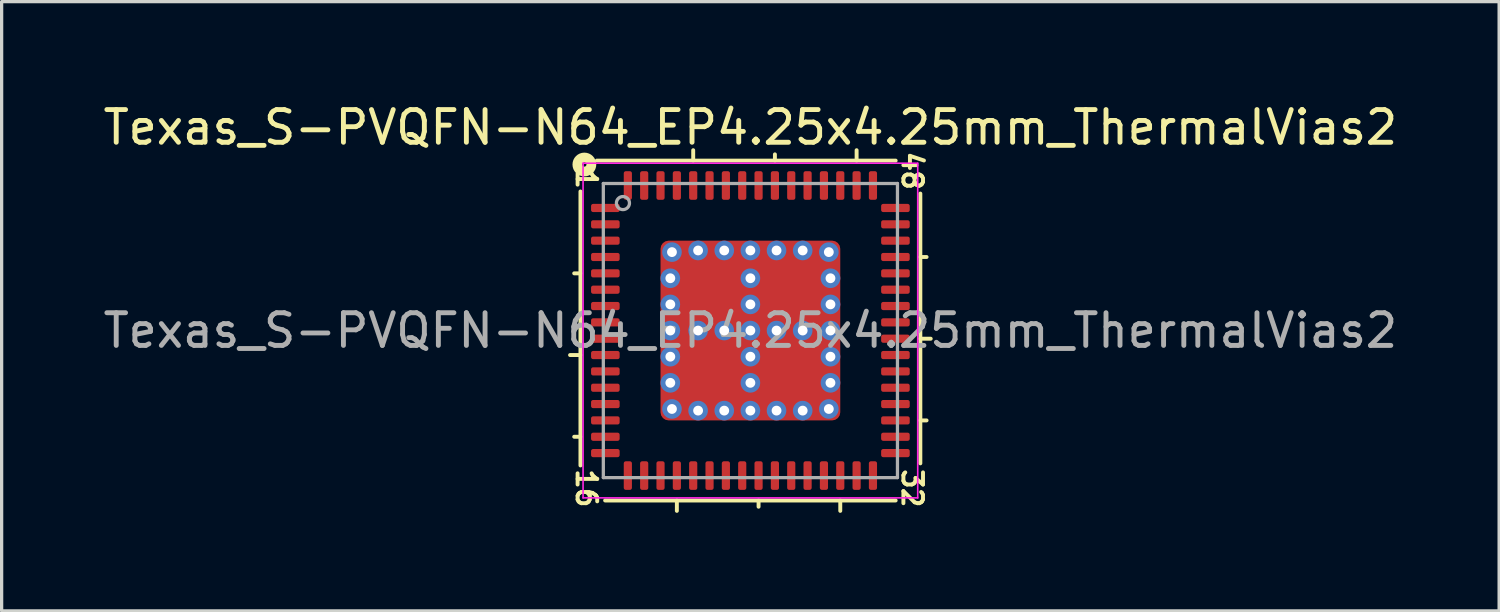
<source format=kicad_pcb>
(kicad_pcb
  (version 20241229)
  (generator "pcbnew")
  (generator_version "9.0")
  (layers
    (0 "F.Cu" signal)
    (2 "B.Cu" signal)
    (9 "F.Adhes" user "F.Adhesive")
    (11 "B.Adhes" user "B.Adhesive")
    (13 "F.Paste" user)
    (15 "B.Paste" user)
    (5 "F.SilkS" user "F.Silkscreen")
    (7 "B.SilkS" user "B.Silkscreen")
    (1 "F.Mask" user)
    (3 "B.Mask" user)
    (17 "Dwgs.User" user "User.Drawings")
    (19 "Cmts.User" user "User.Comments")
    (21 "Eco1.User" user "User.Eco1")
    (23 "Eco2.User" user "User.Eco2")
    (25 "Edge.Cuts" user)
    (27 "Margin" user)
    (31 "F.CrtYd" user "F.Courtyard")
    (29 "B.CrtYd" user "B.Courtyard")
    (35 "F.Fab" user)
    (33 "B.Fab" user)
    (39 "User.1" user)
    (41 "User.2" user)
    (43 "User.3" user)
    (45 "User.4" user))
  (footprint "Texas_S-PVQFN-N64_EP4.25x4.25mm_ThermalVias2"
    (layer "F.Cu")
    (at 19.911 7.064)
    (property "Reference" "Texas_S-PVQFN-N64_EP4.25x4.25mm_ThermalVias2" (at 0 -6.216 0) (layer "F.SilkS") (effects (font (size 1 1) (thickness 0.15))))
    (attr smd)
    (fp_line (start -5.2 -4.255) (end -5.2 4.128) (stroke (width 0.12) (type solid)) (layer "F.SilkS"))
    (fp_line (start -5.2 -1.75) (end -5.391 -1.75) (stroke (width 0.12) (type solid)) (layer "F.SilkS"))
    (fp_line (start -5.2 0.75) (end -5.518 0.75) (stroke (width 0.12) (type solid)) (layer "F.SilkS"))
    (fp_line (start -5.2 3.25) (end -5.391 3.25) (stroke (width 0.12) (type solid)) (layer "F.SilkS"))
    (fp_line (start -4.445 5.2) (end 4.445 5.2) (stroke (width 0.12) (type solid)) (layer "F.SilkS"))
    (fp_line (start -2.25 5.518) (end -2.25 5.2) (stroke (width 0.12) (type solid)) (layer "F.SilkS"))
    (fp_line (start -1.75 -5.2) (end -1.75 -5.518) (stroke (width 0.12) (type solid)) (layer "F.SilkS"))
    (fp_line (start 0.25 5.391) (end 0.25 5.2) (stroke (width 0.12) (type solid)) (layer "F.SilkS"))
    (fp_line (start 0.75 -5.2) (end 0.75 -5.391) (stroke (width 0.12) (type solid)) (layer "F.SilkS"))
    (fp_line (start 2.75 5.518) (end 2.75 5.2) (stroke (width 0.12) (type solid)) (layer "F.SilkS"))
    (fp_line (start 3.25 -5.2) (end 3.25 -5.518) (stroke (width 0.12) (type solid)) (layer "F.SilkS"))
    (fp_line (start 4.445 -5.2) (end -4.699 -5.2) (stroke (width 0.12) (type solid)) (layer "F.SilkS"))
    (fp_line (start 5.2 -2.25) (end 5.391 -2.25) (stroke (width 0.12) (type solid)) (layer "F.SilkS"))
    (fp_line (start 5.2 0.25) (end 5.518 0.25) (stroke (width 0.12) (type solid)) (layer "F.SilkS"))
    (fp_line (start 5.2 2.75) (end 5.391 2.75) (stroke (width 0.12) (type solid)) (layer "F.SilkS"))
    (fp_line (start 5.2 4.064) (end 5.2 -4.191) (stroke (width 0.12) (type solid)) (layer "F.SilkS"))
    (fp_circle (center -5.08 -5.08) (end -5.016 -5.08) (stroke (width 0.3) (type solid)) (fill no) (layer "F.SilkS"))
    (fp_line (start -5.12 -5.12) (end -5.12 5.12) (stroke (width 0.05) (type solid)) (layer "F.CrtYd"))
    (fp_line (start -5.12 5.12) (end 5.12 5.12) (stroke (width 0.05) (type solid)) (layer "F.CrtYd"))
    (fp_line (start 5.12 -5.12) (end -5.12 -5.12) (stroke (width 0.05) (type solid)) (layer "F.CrtYd"))
    (fp_line (start 5.12 5.12) (end 5.12 -5.12) (stroke (width 0.05) (type solid)) (layer "F.CrtYd"))
    (fp_line (start -4.5 -4.5) (end 4.5 -4.5) (stroke (width 0.1) (type solid)) (layer "F.Fab"))
    (fp_line (start -4.5 4.5) (end -4.5 -4.5) (stroke (width 0.1) (type solid)) (layer "F.Fab"))
    (fp_line (start 4.5 -4.5) (end 4.5 4.5) (stroke (width 0.1) (type solid)) (layer "F.Fab"))
    (fp_line (start 4.5 4.5) (end -4.5 4.5) (stroke (width 0.1) (type solid)) (layer "F.Fab"))
    (fp_circle (center -3.9 -3.9) (end -3.7 -3.9) (stroke (width 0.1) (type solid)) (fill no) (layer "F.Fab"))
    (fp_text user "48" (at 4.953 -4.889 270) (unlocked yes) (layer "F.SilkS") (effects (font (size 0.6 0.6) (thickness 0.12))))
    (fp_text user "16" (at -5.016 4.826 270) (unlocked yes) (layer "F.SilkS") (effects (font (size 0.6 0.6) (thickness 0.12))))
    (fp_text user "1" (at -5.016 -4.636 270) (unlocked yes) (layer "F.SilkS") (effects (font (size 0.6 0.6) (thickness 0.12))))
    (fp_text user "32" (at 4.953 4.826 270) (unlocked yes) (layer "F.SilkS") (effects (font (size 0.6 0.6) (thickness 0.12))))
    (fp_text user "${REFERENCE}" (at 0 0 0) (layer "F.Fab") (effects (font (size 1 1) (thickness 0.15))))
    (pad "" smd roundrect (at -1.663 -1.663) (size 0.675 0.675) (layers "F.Paste") (roundrect_rratio 0.25))
    (pad "" smd roundrect (at -1.663 -0.787) (size 0.675 0.675) (layers "F.Paste") (roundrect_rratio 0.25))
    (pad "" smd roundrect (at -1.663 0.787) (size 0.675 0.675) (layers "F.Paste") (roundrect_rratio 0.25))
    (pad "" smd roundrect (at -1.663 1.663) (size 0.675 0.675) (layers "F.Paste") (roundrect_rratio 0.25))
    (pad "" smd roundrect (at -1.212 -1.212) (size 1.825 1.825) (layers "F.Mask") (roundrect_rratio 0.137))
    (pad "" smd roundrect (at -1.212 1.212) (size 1.825 1.825) (layers "F.Mask") (roundrect_rratio 0.137))
    (pad "" smd roundrect (at -0.787 -1.663) (size 0.675 0.675) (layers "F.Paste") (roundrect_rratio 0.25))
    (pad "" smd roundrect (at -0.787 -0.787) (size 0.675 0.675) (layers "F.Paste") (roundrect_rratio 0.25))
    (pad "" smd roundrect (at -0.787 0.787) (size 0.675 0.675) (layers "F.Paste") (roundrect_rratio 0.25))
    (pad "" smd roundrect (at -0.787 1.663) (size 0.675 0.675) (layers "F.Paste") (roundrect_rratio 0.25))
    (pad "" smd roundrect (at 0.787 -1.663) (size 0.675 0.675) (layers "F.Paste") (roundrect_rratio 0.25))
    (pad "" smd roundrect (at 0.787 -0.787) (size 0.675 0.675) (layers "F.Paste") (roundrect_rratio 0.25))
    (pad "" smd roundrect (at 0.787 0.787) (size 0.675 0.675) (layers "F.Paste") (roundrect_rratio 0.25))
    (pad "" smd roundrect (at 0.787 1.663) (size 0.675 0.675) (layers "F.Paste") (roundrect_rratio 0.25))
    (pad "" smd roundrect (at 1.212 -1.212) (size 1.825 1.825) (layers "F.Mask") (roundrect_rratio 0.137))
    (pad "" smd roundrect (at 1.212 1.212) (size 1.825 1.825) (layers "F.Mask") (roundrect_rratio 0.137))
    (pad "" smd roundrect (at 1.663 -1.663) (size 0.675 0.675) (layers "F.Paste") (roundrect_rratio 0.25))
    (pad "" smd roundrect (at 1.663 -0.787) (size 0.675 0.675) (layers "F.Paste") (roundrect_rratio 0.25))
    (pad "" smd roundrect (at 1.663 0.787) (size 0.675 0.675) (layers "F.Paste") (roundrect_rratio 0.25))
    (pad "" smd roundrect (at 1.663 1.663) (size 0.675 0.675) (layers "F.Paste") (roundrect_rratio 0.25))
    (pad "1" smd roundrect (at -4.438 -3.75) (size 0.875 0.25) (layers "F.Cu" "F.Mask" "F.Paste") (roundrect_rratio 0.25))
    (pad "2" smd roundrect (at -4.438 -3.25) (size 0.875 0.25) (layers "F.Cu" "F.Mask" "F.Paste") (roundrect_rratio 0.25))
    (pad "3" smd roundrect (at -4.438 -2.75) (size 0.875 0.25) (layers "F.Cu" "F.Mask" "F.Paste") (roundrect_rratio 0.25))
    (pad "4" smd roundrect (at -4.438 -2.25) (size 0.875 0.25) (layers "F.Cu" "F.Mask" "F.Paste") (roundrect_rratio 0.25))
    (pad "5" smd roundrect (at -4.438 -1.75) (size 0.875 0.25) (layers "F.Cu" "F.Mask" "F.Paste") (roundrect_rratio 0.25))
    (pad "6" smd roundrect (at -4.438 -1.25) (size 0.875 0.25) (layers "F.Cu" "F.Mask" "F.Paste") (roundrect_rratio 0.25))
    (pad "7" smd roundrect (at -4.438 -0.75) (size 0.875 0.25) (layers "F.Cu" "F.Mask" "F.Paste") (roundrect_rratio 0.25))
    (pad "8" smd roundrect (at -4.438 -0.25) (size 0.875 0.25) (layers "F.Cu" "F.Mask" "F.Paste") (roundrect_rratio 0.25))
    (pad "9" smd roundrect (at -4.438 0.25) (size 0.875 0.25) (layers "F.Cu" "F.Mask" "F.Paste") (roundrect_rratio 0.25))
    (pad "10" smd roundrect (at -4.438 0.75) (size 0.875 0.25) (layers "F.Cu" "F.Mask" "F.Paste") (roundrect_rratio 0.25))
    (pad "11" smd roundrect (at -4.438 1.25) (size 0.875 0.25) (layers "F.Cu" "F.Mask" "F.Paste") (roundrect_rratio 0.25))
    (pad "12" smd roundrect (at -4.438 1.75) (size 0.875 0.25) (layers "F.Cu" "F.Mask" "F.Paste") (roundrect_rratio 0.25))
    (pad "13" smd roundrect (at -4.438 2.25) (size 0.875 0.25) (layers "F.Cu" "F.Mask" "F.Paste") (roundrect_rratio 0.25))
    (pad "14" smd roundrect (at -4.438 2.75) (size 0.875 0.25) (layers "F.Cu" "F.Mask" "F.Paste") (roundrect_rratio 0.25))
    (pad "15" smd roundrect (at -4.438 3.25) (size 0.875 0.25) (layers "F.Cu" "F.Mask" "F.Paste") (roundrect_rratio 0.25))
    (pad "16" smd roundrect (at -4.438 3.75) (size 0.875 0.25) (layers "F.Cu" "F.Mask" "F.Paste") (roundrect_rratio 0.25))
    (pad "17" smd roundrect (at -3.75 4.438) (size 0.25 0.875) (layers "F.Cu" "F.Mask" "F.Paste") (roundrect_rratio 0.25))
    (pad "18" smd roundrect (at -3.25 4.438) (size 0.25 0.875) (layers "F.Cu" "F.Mask" "F.Paste") (roundrect_rratio 0.25))
    (pad "19" smd roundrect (at -2.75 4.438) (size 0.25 0.875) (layers "F.Cu" "F.Mask" "F.Paste") (roundrect_rratio 0.25))
    (pad "20" smd roundrect (at -2.25 4.438) (size 0.25 0.875) (layers "F.Cu" "F.Mask" "F.Paste") (roundrect_rratio 0.25))
    (pad "21" smd roundrect (at -1.75 4.438) (size 0.25 0.875) (layers "F.Cu" "F.Mask" "F.Paste") (roundrect_rratio 0.25))
    (pad "22" smd roundrect (at -1.25 4.438) (size 0.25 0.875) (layers "F.Cu" "F.Mask" "F.Paste") (roundrect_rratio 0.25))
    (pad "23" smd roundrect (at -0.75 4.438) (size 0.25 0.875) (layers "F.Cu" "F.Mask" "F.Paste") (roundrect_rratio 0.25))
    (pad "24" smd roundrect (at -0.25 4.438) (size 0.25 0.875) (layers "F.Cu" "F.Mask" "F.Paste") (roundrect_rratio 0.25))
    (pad "25" smd roundrect (at 0.25 4.438) (size 0.25 0.875) (layers "F.Cu" "F.Mask" "F.Paste") (roundrect_rratio 0.25))
    (pad "26" smd roundrect (at 0.75 4.438) (size 0.25 0.875) (layers "F.Cu" "F.Mask" "F.Paste") (roundrect_rratio 0.25))
    (pad "27" smd roundrect (at 1.25 4.438) (size 0.25 0.875) (layers "F.Cu" "F.Mask" "F.Paste") (roundrect_rratio 0.25))
    (pad "28" smd roundrect (at 1.75 4.438) (size 0.25 0.875) (layers "F.Cu" "F.Mask" "F.Paste") (roundrect_rratio 0.25))
    (pad "29" smd roundrect (at 2.25 4.438) (size 0.25 0.875) (layers "F.Cu" "F.Mask" "F.Paste") (roundrect_rratio 0.25))
    (pad "30" smd roundrect (at 2.75 4.438) (size 0.25 0.875) (layers "F.Cu" "F.Mask" "F.Paste") (roundrect_rratio 0.25))
    (pad "31" smd roundrect (at 3.25 4.438) (size 0.25 0.875) (layers "F.Cu" "F.Mask" "F.Paste") (roundrect_rratio 0.25))
    (pad "32" smd roundrect (at 3.75 4.438) (size 0.25 0.875) (layers "F.Cu" "F.Mask" "F.Paste") (roundrect_rratio 0.25))
    (pad "33" smd roundrect (at 4.438 3.75) (size 0.875 0.25) (layers "F.Cu" "F.Mask" "F.Paste") (roundrect_rratio 0.25))
    (pad "34" smd roundrect (at 4.438 3.25) (size 0.875 0.25) (layers "F.Cu" "F.Mask" "F.Paste") (roundrect_rratio 0.25))
    (pad "35" smd roundrect (at 4.438 2.75) (size 0.875 0.25) (layers "F.Cu" "F.Mask" "F.Paste") (roundrect_rratio 0.25))
    (pad "36" smd roundrect (at 4.438 2.25) (size 0.875 0.25) (layers "F.Cu" "F.Mask" "F.Paste") (roundrect_rratio 0.25))
    (pad "37" smd roundrect (at 4.438 1.75) (size 0.875 0.25) (layers "F.Cu" "F.Mask" "F.Paste") (roundrect_rratio 0.25))
    (pad "38" smd roundrect (at 4.438 1.25) (size 0.875 0.25) (layers "F.Cu" "F.Mask" "F.Paste") (roundrect_rratio 0.25))
    (pad "39" smd roundrect (at 4.438 0.75) (size 0.875 0.25) (layers "F.Cu" "F.Mask" "F.Paste") (roundrect_rratio 0.25))
    (pad "40" smd roundrect (at 4.438 0.25) (size 0.875 0.25) (layers "F.Cu" "F.Mask" "F.Paste") (roundrect_rratio 0.25))
    (pad "41" smd roundrect (at 4.438 -0.25) (size 0.875 0.25) (layers "F.Cu" "F.Mask" "F.Paste") (roundrect_rratio 0.25))
    (pad "42" smd roundrect (at 4.438 -0.75) (size 0.875 0.25) (layers "F.Cu" "F.Mask" "F.Paste") (roundrect_rratio 0.25))
    (pad "43" smd roundrect (at 4.438 -1.25) (size 0.875 0.25) (layers "F.Cu" "F.Mask" "F.Paste") (roundrect_rratio 0.25))
    (pad "44" smd roundrect (at 4.438 -1.75) (size 0.875 0.25) (layers "F.Cu" "F.Mask" "F.Paste") (roundrect_rratio 0.25))
    (pad "45" smd roundrect (at 4.438 -2.25) (size 0.875 0.25) (layers "F.Cu" "F.Mask" "F.Paste") (roundrect_rratio 0.25))
    (pad "46" smd roundrect (at 4.438 -2.75) (size 0.875 0.25) (layers "F.Cu" "F.Mask" "F.Paste") (roundrect_rratio 0.25))
    (pad "47" smd roundrect (at 4.438 -3.25) (size 0.875 0.25) (layers "F.Cu" "F.Mask" "F.Paste") (roundrect_rratio 0.25))
    (pad "48" smd roundrect (at 4.438 -3.75) (size 0.875 0.25) (layers "F.Cu" "F.Mask" "F.Paste") (roundrect_rratio 0.25))
    (pad "49" smd roundrect (at 3.75 -4.438) (size 0.25 0.875) (layers "F.Cu" "F.Mask" "F.Paste") (roundrect_rratio 0.25))
    (pad "50" smd roundrect (at 3.25 -4.438) (size 0.25 0.875) (layers "F.Cu" "F.Mask" "F.Paste") (roundrect_rratio 0.25))
    (pad "51" smd roundrect (at 2.75 -4.438) (size 0.25 0.875) (layers "F.Cu" "F.Mask" "F.Paste") (roundrect_rratio 0.25))
    (pad "52" smd roundrect (at 2.25 -4.438) (size 0.25 0.875) (layers "F.Cu" "F.Mask" "F.Paste") (roundrect_rratio 0.25))
    (pad "53" smd roundrect (at 1.75 -4.438) (size 0.25 0.875) (layers "F.Cu" "F.Mask" "F.Paste") (roundrect_rratio 0.25))
    (pad "54" smd roundrect (at 1.25 -4.438) (size 0.25 0.875) (layers "F.Cu" "F.Mask" "F.Paste") (roundrect_rratio 0.25))
    (pad "55" smd roundrect (at 0.75 -4.438) (size 0.25 0.875) (layers "F.Cu" "F.Mask" "F.Paste") (roundrect_rratio 0.25))
    (pad "56" smd roundrect (at 0.25 -4.438) (size 0.25 0.875) (layers "F.Cu" "F.Mask" "F.Paste") (roundrect_rratio 0.25))
    (pad "57" smd roundrect (at -0.25 -4.438) (size 0.25 0.875) (layers "F.Cu" "F.Mask" "F.Paste") (roundrect_rratio 0.25))
    (pad "58" smd roundrect (at -0.75 -4.438) (size 0.25 0.875) (layers "F.Cu" "F.Mask" "F.Paste") (roundrect_rratio 0.25))
    (pad "59" smd roundrect (at -1.25 -4.438) (size 0.25 0.875) (layers "F.Cu" "F.Mask" "F.Paste") (roundrect_rratio 0.25))
    (pad "60" smd roundrect (at -1.75 -4.438) (size 0.25 0.875) (layers "F.Cu" "F.Mask" "F.Paste") (roundrect_rratio 0.25))
    (pad "61" smd roundrect (at -2.25 -4.438) (size 0.25 0.875) (layers "F.Cu" "F.Mask" "F.Paste") (roundrect_rratio 0.25))
    (pad "62" smd roundrect (at -2.75 -4.438) (size 0.25 0.875) (layers "F.Cu" "F.Mask" "F.Paste") (roundrect_rratio 0.25))
    (pad "63" smd roundrect (at -3.25 -4.438) (size 0.25 0.875) (layers "F.Cu" "F.Mask" "F.Paste") (roundrect_rratio 0.25))
    (pad "64" smd roundrect (at -3.75 -4.438) (size 0.25 0.875) (layers "F.Cu" "F.Mask" "F.Paste") (roundrect_rratio 0.25))
    (pad "65" thru_hole circle (at -2.45 -1.6 180) (size 0.6 0.6) (drill 0.3) (property pad_prop_heatsink) (layers "*.Cu" "*.Mask"))
    (pad "65" thru_hole circle (at -2.45 -0.8 180) (size 0.6 0.6) (drill 0.3) (property pad_prop_heatsink) (layers "*.Cu" "*.Mask"))
    (pad "65" thru_hole circle (at -2.45 0 180) (size 0.6 0.6) (drill 0.3) (property pad_prop_heatsink) (layers "*.Cu" "*.Mask"))
    (pad "65" thru_hole circle (at -2.45 0.8 180) (size 0.6 0.6) (drill 0.3) (property pad_prop_heatsink) (layers "*.Cu" "*.Mask"))
    (pad "65" thru_hole circle (at -2.45 1.6 180) (size 0.6 0.6) (drill 0.3) (property pad_prop_heatsink) (layers "*.Cu" "*.Mask"))
    (pad "65" thru_hole circle (at -2.4 -2.4 180) (size 0.6 0.6) (drill 0.3) (property pad_prop_heatsink) (layers "*.Cu" "*.Mask"))
    (pad "65" thru_hole circle (at -2.4 2.4 180) (size 0.6 0.6) (drill 0.3) (property pad_prop_heatsink) (layers "*.Cu" "*.Mask"))
    (pad "65" thru_hole circle (at -1.6 -2.45 180) (size 0.6 0.6) (drill 0.3) (property pad_prop_heatsink) (layers "*.Cu" "*.Mask"))
    (pad "65" thru_hole circle (at -1.6 0 180) (size 0.6 0.6) (drill 0.3) (property pad_prop_heatsink) (layers "*.Cu" "*.Mask"))
    (pad "65" thru_hole circle (at -1.6 2.45 180) (size 0.6 0.6) (drill 0.3) (property pad_prop_heatsink) (layers "*.Cu" "*.Mask"))
    (pad "65" thru_hole circle (at -0.8 -2.45 180) (size 0.6 0.6) (drill 0.3) (property pad_prop_heatsink) (layers "*.Cu" "*.Mask"))
    (pad "65" thru_hole circle (at -0.8 0 180) (size 0.6 0.6) (drill 0.3) (property pad_prop_heatsink) (layers "*.Cu" "*.Mask"))
    (pad "65" thru_hole circle (at -0.8 2.45 180) (size 0.6 0.6) (drill 0.3) (property pad_prop_heatsink) (layers "*.Cu" "*.Mask"))
    (pad "65" thru_hole circle (at 0 -2.45 180) (size 0.6 0.6) (drill 0.3) (property pad_prop_heatsink) (layers "*.Cu" "*.Mask"))
    (pad "65" thru_hole circle (at 0 -1.6 180) (size 0.6 0.6) (drill 0.3) (property pad_prop_heatsink) (layers "*.Cu" "*.Mask"))
    (pad "65" thru_hole circle (at 0 -0.8 180) (size 0.6 0.6) (drill 0.3) (property pad_prop_heatsink) (layers "*.Cu" "*.Mask"))
    (pad "65" thru_hole circle (at 0 0 180) (size 0.6 0.6) (drill 0.3) (property pad_prop_heatsink) (layers "*.Cu" "*.Mask"))
    (pad "65" smd roundrect (at 0 0) (size 5.5 5.5) (layers "F.Cu") (roundrect_rratio 0.045))
    (pad "65" thru_hole circle (at 0 0.8 180) (size 0.6 0.6) (drill 0.3) (property pad_prop_heatsink) (layers "*.Cu" "*.Mask"))
    (pad "65" thru_hole circle (at 0 1.6 180) (size 0.6 0.6) (drill 0.3) (property pad_prop_heatsink) (layers "*.Cu" "*.Mask"))
    (pad "65" thru_hole circle (at 0 2.45 180) (size 0.6 0.6) (drill 0.3) (property pad_prop_heatsink) (layers "*.Cu" "*.Mask"))
    (pad "65" thru_hole circle (at 0.8 -2.45 180) (size 0.6 0.6) (drill 0.3) (property pad_prop_heatsink) (layers "*.Cu" "*.Mask"))
    (pad "65" thru_hole circle (at 0.8 0 180) (size 0.6 0.6) (drill 0.3) (property pad_prop_heatsink) (layers "*.Cu" "*.Mask"))
    (pad "65" thru_hole circle (at 0.8 2.45 180) (size 0.6 0.6) (drill 0.3) (property pad_prop_heatsink) (layers "*.Cu" "*.Mask"))
    (pad "65" thru_hole circle (at 1.6 -2.45 180) (size 0.6 0.6) (drill 0.3) (property pad_prop_heatsink) (layers "*.Cu" "*.Mask"))
    (pad "65" thru_hole circle (at 1.6 0 180) (size 0.6 0.6) (drill 0.3) (property pad_prop_heatsink) (layers "*.Cu" "*.Mask"))
    (pad "65" thru_hole circle (at 1.6 2.45 180) (size 0.6 0.6) (drill 0.3) (property pad_prop_heatsink) (layers "*.Cu" "*.Mask"))
    (pad "65" thru_hole circle (at 2.4 -2.4 180) (size 0.6 0.6) (drill 0.3) (property pad_prop_heatsink) (layers "*.Cu" "*.Mask"))
    (pad "65" thru_hole circle (at 2.4 2.4 180) (size 0.6 0.6) (drill 0.3) (property pad_prop_heatsink) (layers "*.Cu" "*.Mask"))
    (pad "65" thru_hole circle (at 2.45 -1.6 180) (size 0.6 0.6) (drill 0.3) (property pad_prop_heatsink) (layers "*.Cu" "*.Mask"))
    (pad "65" thru_hole circle (at 2.45 -0.8 180) (size 0.6 0.6) (drill 0.3) (property pad_prop_heatsink) (layers "*.Cu" "*.Mask"))
    (pad "65" thru_hole circle (at 2.45 0 180) (size 0.6 0.6) (drill 0.3) (property pad_prop_heatsink) (layers "*.Cu" "*.Mask"))
    (pad "65" thru_hole circle (at 2.45 0.8 180) (size 0.6 0.6) (drill 0.3) (property pad_prop_heatsink) (layers "*.Cu" "*.Mask"))
    (pad "65" thru_hole circle (at 2.45 1.6 180) (size 0.6 0.6) (drill 0.3) (property pad_prop_heatsink) (layers "*.Cu" "*.Mask")))
  (gr_rect
    (start -3 -3)
    (end 42.821 15.642)
    (stroke (width 0.1) (type default))
    (fill no)
    (layer "Edge.Cuts")))
</source>
